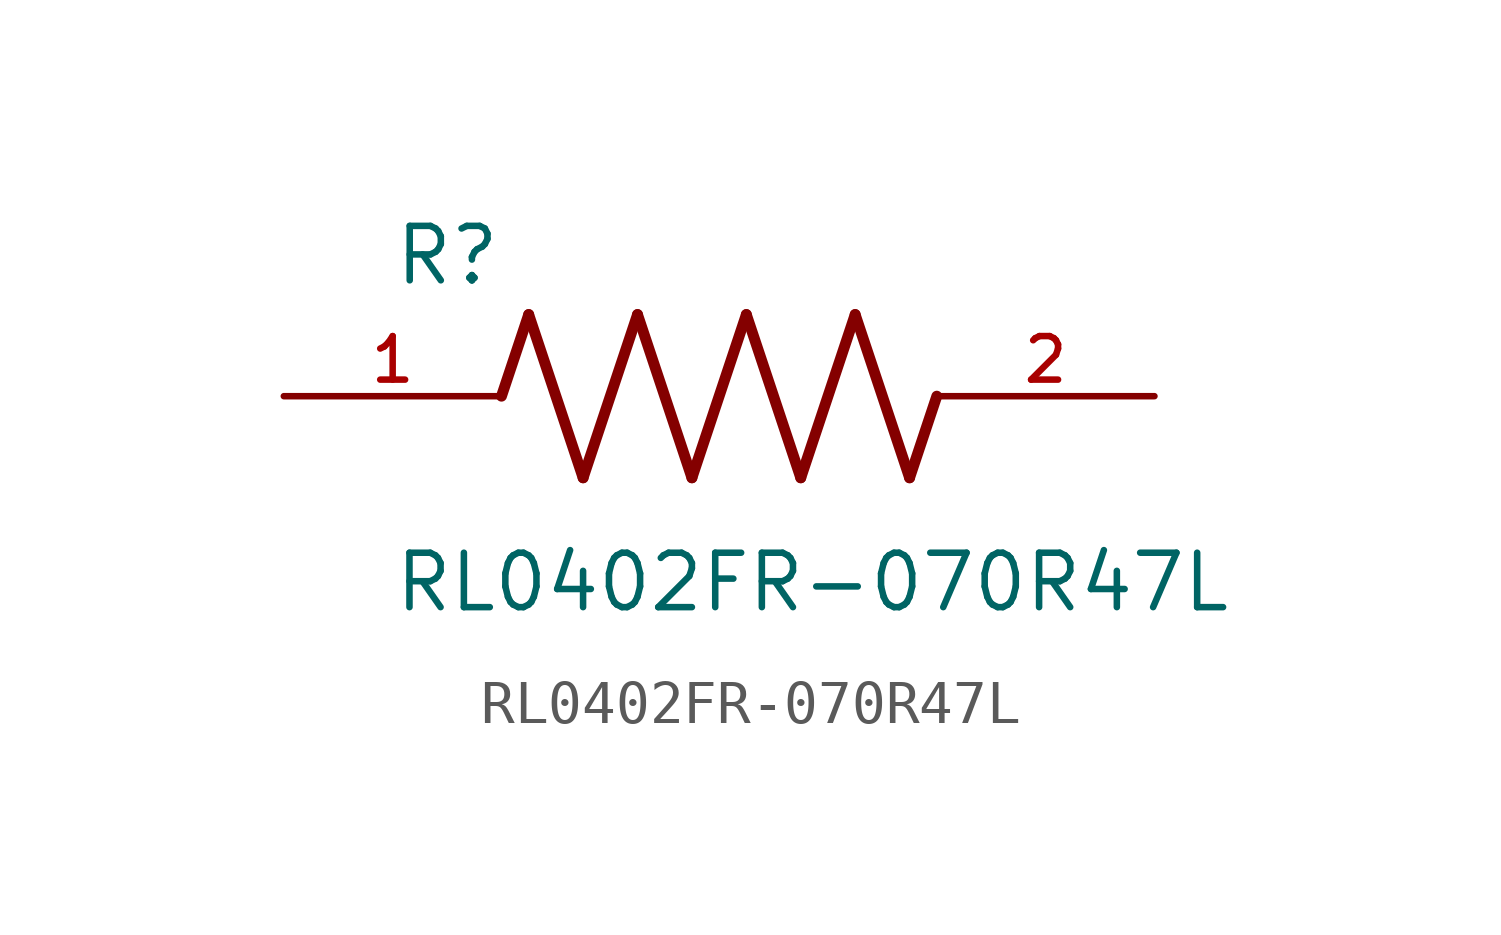
<source format=kicad_sym>
(kicad_symbol_lib
  (version 20211014)
  (generator kicad_symbol_editor)
  (symbol "RL0402FR-070R47L"
    (pin_names
      (offset 1.016))
    (property "Reference" "R"
      (at -7.624 2.541 0)
      (effects (font (size 1.27 1.27)) (justify bottom left)))
    (property "Value" "RL0402FR-070R47L"
      (at -7.63 -5.087 0)
      (effects (font (size 1.27 1.27)) (justify bottom left)))
    (symbol "RL0402FR-070R47L_0_0"
      (polyline (pts (xy -5.08 0.0) (xy -4.445 1.905)) (stroke (width 0.254)))
      (polyline (pts (xy -4.445 1.905) (xy -3.175 -1.905)) (stroke (width 0.254)))
      (polyline (pts (xy -3.175 -1.905) (xy -1.905 1.905)) (stroke (width 0.254)))
      (polyline (pts (xy -1.905 1.905) (xy -0.635 -1.905)) (stroke (width 0.254)))
      (polyline (pts (xy -0.635 -1.905) (xy 0.635 1.905)) (stroke (width 0.254)))
      (polyline (pts (xy 0.635 1.905) (xy 1.905 -1.905)) (stroke (width 0.254)))
      (polyline (pts (xy 1.905 -1.905) (xy 3.175 1.905)) (stroke (width 0.254)))
      (polyline (pts (xy 3.175 1.905) (xy 4.445 -1.905)) (stroke (width 0.254)))
      (polyline (pts (xy 4.445 -1.905) (xy 5.08 0.0)) (stroke (width 0.254)))
      (pin passive line (at -10.16 0.0 0) (length 5.08) (name "~" (effects (font (size 1.016 1.016)))) (number "1" (effects (font (size 1.016 1.016)))))
      (pin passive line (at 10.16 0.0 180.0) (length 5.08) (name "~" (effects (font (size 1.016 1.016)))) (number "2" (effects (font (size 1.016 1.016))))))))
</source>
